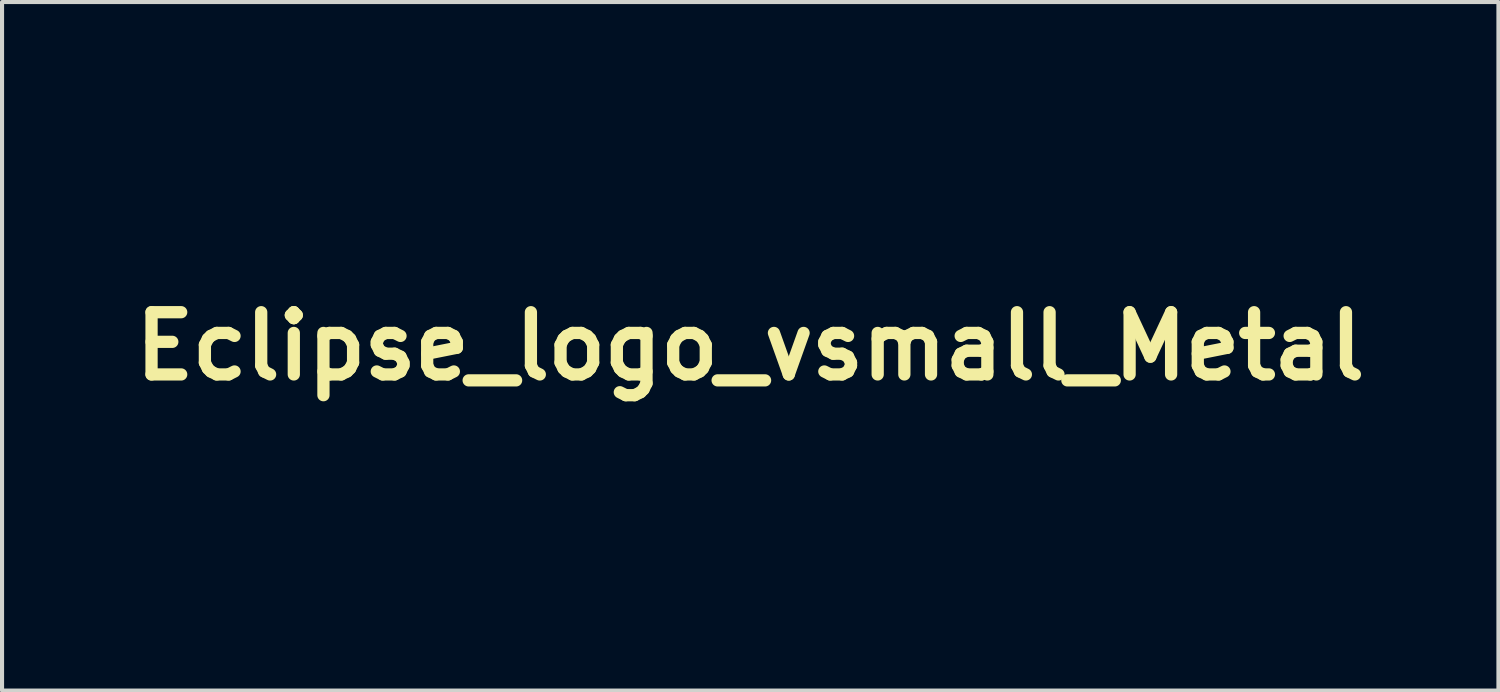
<source format=kicad_pcb>
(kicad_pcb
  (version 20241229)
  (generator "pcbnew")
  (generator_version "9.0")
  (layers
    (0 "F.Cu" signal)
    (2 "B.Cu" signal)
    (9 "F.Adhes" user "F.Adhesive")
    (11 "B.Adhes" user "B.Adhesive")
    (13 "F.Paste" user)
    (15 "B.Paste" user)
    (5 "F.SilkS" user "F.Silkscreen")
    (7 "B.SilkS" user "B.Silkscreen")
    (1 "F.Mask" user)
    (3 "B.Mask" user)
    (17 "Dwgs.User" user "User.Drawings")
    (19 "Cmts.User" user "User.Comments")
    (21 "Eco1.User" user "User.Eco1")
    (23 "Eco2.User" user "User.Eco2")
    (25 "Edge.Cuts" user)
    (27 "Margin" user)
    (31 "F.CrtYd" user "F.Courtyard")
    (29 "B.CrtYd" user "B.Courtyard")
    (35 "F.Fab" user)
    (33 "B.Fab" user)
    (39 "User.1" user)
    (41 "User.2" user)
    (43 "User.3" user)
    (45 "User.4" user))
  (footprint "Eclipse_logo_vsmall_Metal"
    (layer "F.Cu")
    (at 15.32 5.429)
    (property "Reference" "Eclipse_logo_vsmall_Metal" (at 0 0 0) (layer "F.SilkS") (effects (font (size 1.524 1.524) (thickness 0.3))))
    (attr through_hole)
    (fp_poly (pts (xy -7.275 1.148) (xy -7.427 1.148) (xy -7.427 0.549) (xy -7.275 0.549) (xy -7.275 1.148)) (stroke (width 0.01) (type solid)) (fill yes) (layer "F.Mask"))
    (fp_poly (pts (xy -5.629 1.006) (xy -5.192 1.006) (xy -5.192 1.148) (xy -5.781 1.148) (xy -5.781 0.549) (xy -5.629 0.549) (xy -5.629 1.006)) (stroke (width 0.01) (type solid)) (fill yes) (layer "F.Mask"))
    (fp_poly (pts (xy 2.731 0.551) (xy 3.256 0.554) (xy 3.256 0.726) (xy 2.845 0.732) (xy 2.845 1.422) (xy 2.621 1.422) (xy 2.621 0.732) (xy 2.205 0.732) (xy 2.205 0.548) (xy 2.731 0.551)) (stroke (width 0.01) (type solid)) (fill yes) (layer "F.Mask"))
    (fp_poly (pts (xy -8.016 0.762) (xy -7.63 0.762) (xy -7.63 0.549) (xy -7.478 0.549) (xy -7.478 1.148) (xy -7.63 1.148) (xy -7.63 0.904) (xy -8.016 0.904) (xy -8.016 1.148) (xy -8.169 1.148) (xy -8.169 0.549) (xy -8.016 0.549) (xy -8.016 0.762)) (stroke (width 0.01) (type solid)) (fill yes) (layer "F.Mask"))
    (fp_poly (pts (xy -4.562 0.691) (xy -5.009 0.691) (xy -5.009 0.762) (xy -4.582 0.762) (xy -4.582 0.904) (xy -5.009 0.904) (xy -5.009 1.006) (xy -4.562 1.006) (xy -4.562 1.148) (xy -5.171 1.148) (xy -5.171 0.549) (xy -4.562 0.549) (xy -4.562 0.691)) (stroke (width 0.01) (type solid)) (fill yes) (layer "F.Mask"))
    (fp_poly (pts (xy 0.274 0.691) (xy -0.173 0.691) (xy -0.173 0.762) (xy 0.254 0.762) (xy 0.254 0.904) (xy -0.173 0.904) (xy -0.173 1.006) (xy 0.274 1.006) (xy 0.274 1.148) (xy -0.335 1.148) (xy -0.335 0.549) (xy 0.274 0.549) (xy 0.274 0.691)) (stroke (width 0.01) (type solid)) (fill yes) (layer "F.Mask"))
    (fp_poly (pts (xy 2.184 0.732) (xy 1.504 0.732) (xy 1.504 0.864) (xy 2.144 0.864) (xy 2.144 1.057) (xy 1.504 1.057) (xy 1.504 1.229) (xy 2.184 1.229) (xy 2.184 1.422) (xy 1.29 1.422) (xy 1.29 0.549) (xy 2.184 0.549) (xy 2.184 0.732)) (stroke (width 0.01) (type solid)) (fill yes) (layer "F.Mask"))
    (fp_poly (pts (xy -2.469 1.006) (xy -2.033 1.006) (xy -2.03 1.031) (xy -2.027 1.035) (xy -2.02 1.031) (xy -2.007 1.017) (xy -1.987 0.991) (xy -1.96 0.953) (xy -1.925 0.9) (xy -1.88 0.833) (xy -1.86 0.802) (xy -1.692 0.549) (xy -1.588 0.549) (xy -1.234 1.08) (xy -1.232 0.814) (xy -1.229 0.549) (xy -1.067 0.549) (xy -1.067 1.149) (xy -1.221 1.146) (xy -1.375 1.143) (xy -1.498 0.953) (xy -1.535 0.897) (xy -1.568 0.846) (xy -1.595 0.804) (xy -1.617 0.773) (xy -1.629 0.755) (xy -1.632 0.752) (xy -1.641 0.756) (xy -1.658 0.776) (xy -1.686 0.813) (xy -1.723 0.867) (xy -1.77 0.938) (xy -1.774 0.945) (xy -1.905 1.148) (xy -2.268 1.148) (xy -2.631 1.148) (xy -2.631 0.549) (xy -2.469 0.549) (xy -2.469 1.006)) (stroke (width 0.01) (type solid)) (fill yes) (layer "F.Mask"))
    (fp_poly (pts (xy -0.265 -0.985) (xy -0.166 -0.985) (xy -0.076 -0.984) (xy 0.004 -0.984) (xy 0.073 -0.983) (xy 0.127 -0.982) (xy 0.167 -0.981) (xy 0.189 -0.979) (xy 0.193 -0.979) (xy 0.19 -0.968) (xy 0.18 -0.94) (xy 0.165 -0.898) (xy 0.145 -0.843) (xy 0.122 -0.778) (xy 0.095 -0.705) (xy 0.069 -0.634) (xy -0.055 -0.297) (xy -0.106 -0.291) (xy -0.126 -0.29) (xy -0.165 -0.288) (xy -0.219 -0.287) (xy -0.287 -0.287) (xy -0.367 -0.286) (xy -0.456 -0.285) (xy -0.552 -0.285) (xy -0.653 -0.285) (xy -0.668 -0.285) (xy -1.179 -0.284) (xy -1.179 -0.319) (xy -1.175 -0.335) (xy -1.165 -0.368) (xy -1.149 -0.415) (xy -1.129 -0.473) (xy -1.104 -0.54) (xy -1.077 -0.614) (xy -1.048 -0.691) (xy -1.018 -0.77) (xy -0.987 -0.849) (xy -0.958 -0.923) (xy -0.938 -0.973) (xy -0.932 -0.976) (xy -0.918 -0.978) (xy -0.894 -0.98) (xy -0.858 -0.982) (xy -0.809 -0.983) (xy -0.746 -0.984) (xy -0.667 -0.985) (xy -0.572 -0.985) (xy -0.458 -0.985) (xy -0.37 -0.986) (xy -0.265 -0.985)) (stroke (width 0.01) (type solid)) (fill yes) (layer "F.Mask"))
    (fp_poly (pts (xy -0.739 0.551) (xy -0.654 0.552) (xy -0.586 0.553) (xy -0.534 0.554) (xy -0.494 0.556) (xy -0.465 0.559) (xy -0.445 0.562) (xy -0.43 0.567) (xy -0.419 0.572) (xy -0.387 0.594) (xy -0.366 0.622) (xy -0.355 0.659) (xy -0.351 0.711) (xy -0.351 0.723) (xy -0.354 0.778) (xy -0.365 0.818) (xy -0.386 0.848) (xy -0.42 0.873) (xy -0.429 0.878) (xy -0.465 0.898) (xy -0.405 1.011) (xy -0.382 1.055) (xy -0.364 1.093) (xy -0.351 1.121) (xy -0.345 1.136) (xy -0.345 1.136) (xy -0.355 1.143) (xy -0.383 1.147) (xy -0.43 1.148) (xy -0.514 1.148) (xy -0.574 1.026) (xy -0.634 0.904) (xy -0.864 0.904) (xy -0.864 1.148) (xy -1.026 1.148) (xy -1.026 0.691) (xy -0.864 0.691) (xy -0.864 0.772) (xy -0.709 0.772) (xy -0.653 0.772) (xy -0.603 0.77) (xy -0.563 0.769) (xy -0.537 0.767) (xy -0.531 0.766) (xy -0.514 0.757) (xy -0.508 0.737) (xy -0.508 0.725) (xy -0.508 0.691) (xy -0.864 0.691) (xy -1.026 0.691) (xy -1.026 0.547) (xy -0.739 0.551)) (stroke (width 0.01) (type solid)) (fill yes) (layer "F.Mask"))
    (fp_poly (pts (xy 0.264 -1.482) (xy 0.32 -1.482) (xy 0.359 -1.481) (xy 0.382 -1.481) (xy 0.386 -1.48) (xy 0.383 -1.47) (xy 0.373 -1.444) (xy 0.359 -1.404) (xy 0.34 -1.353) (xy 0.319 -1.293) (xy 0.305 -1.255) (xy 0.282 -1.192) (xy 0.261 -1.135) (xy 0.244 -1.088) (xy 0.232 -1.053) (xy 0.225 -1.033) (xy 0.224 -1.029) (xy 0.214 -1.029) (xy 0.185 -1.028) (xy 0.14 -1.028) (xy 0.08 -1.027) (xy 0.007 -1.027) (xy -0.077 -1.027) (xy -0.17 -1.026) (xy -0.272 -1.026) (xy -0.346 -1.026) (xy -0.468 -1.026) (xy -0.571 -1.026) (xy -0.657 -1.027) (xy -0.728 -1.027) (xy -0.784 -1.028) (xy -0.828 -1.029) (xy -0.86 -1.03) (xy -0.883 -1.032) (xy -0.898 -1.034) (xy -0.906 -1.036) (xy -0.91 -1.039) (xy -0.91 -1.043) (xy -0.91 -1.044) (xy -0.905 -1.058) (xy -0.893 -1.089) (xy -0.877 -1.132) (xy -0.857 -1.185) (xy -0.834 -1.245) (xy -0.824 -1.27) (xy -0.745 -1.478) (xy -0.179 -1.481) (xy -0.074 -1.481) (xy 0.024 -1.482) (xy 0.115 -1.482) (xy 0.196 -1.482) (xy 0.264 -1.482)) (stroke (width 0.01) (type solid)) (fill yes) (layer "F.Mask"))
    (fp_poly (pts (xy -6.574 0.692) (xy -6.811 0.69) (xy -6.879 0.69) (xy -6.94 0.69) (xy -6.992 0.691) (xy -7.031 0.692) (xy -7.055 0.694) (xy -7.06 0.695) (xy -7.065 0.709) (xy -7.069 0.742) (xy -7.071 0.794) (xy -7.071 0.848) (xy -7.071 0.906) (xy -7.07 0.947) (xy -7.068 0.974) (xy -7.064 0.99) (xy -7.058 0.998) (xy -7.055 1) (xy -7.041 1.001) (xy -7.009 1.003) (xy -6.963 1.004) (xy -6.907 1.005) (xy -6.842 1.006) (xy -6.806 1.006) (xy -6.574 1.006) (xy -6.574 1.148) (xy -6.8 1.146) (xy -6.869 1.145) (xy -6.934 1.144) (xy -6.992 1.142) (xy -7.039 1.14) (xy -7.07 1.138) (xy -7.077 1.137) (xy -7.14 1.122) (xy -7.187 1.095) (xy -7.21 1.07) (xy -7.216 1.058) (xy -7.221 1.043) (xy -7.225 1.023) (xy -7.227 0.993) (xy -7.228 0.952) (xy -7.229 0.895) (xy -7.229 0.848) (xy -7.229 0.774) (xy -7.227 0.717) (xy -7.224 0.674) (xy -7.217 0.643) (xy -7.207 0.62) (xy -7.192 0.604) (xy -7.172 0.589) (xy -7.15 0.577) (xy -7.136 0.57) (xy -7.121 0.565) (xy -7.103 0.561) (xy -7.079 0.558) (xy -7.046 0.555) (xy -7.001 0.554) (xy -6.943 0.552) (xy -6.868 0.551) (xy -6.84 0.551) (xy -6.574 0.546) (xy -6.574 0.692)) (stroke (width 0.01) (type solid)) (fill yes) (layer "F.Mask"))
    (fp_poly (pts (xy -6.38 0.765) (xy -6.38 0.845) (xy -6.379 0.907) (xy -6.377 0.951) (xy -6.373 0.979) (xy -6.369 0.993) (xy -6.368 0.994) (xy -6.355 0.997) (xy -6.325 1.001) (xy -6.283 1.003) (xy -6.233 1.005) (xy -6.179 1.006) (xy -6.125 1.007) (xy -6.074 1.006) (xy -6.032 1.005) (xy -6.002 1.002) (xy -5.99 1) (xy -5.985 0.995) (xy -5.981 0.986) (xy -5.978 0.968) (xy -5.976 0.94) (xy -5.975 0.898) (xy -5.974 0.842) (xy -5.974 0.771) (xy -5.974 0.549) (xy -5.812 0.549) (xy -5.812 0.79) (xy -5.812 0.875) (xy -5.813 0.942) (xy -5.816 0.993) (xy -5.821 1.032) (xy -5.829 1.06) (xy -5.84 1.081) (xy -5.856 1.096) (xy -5.877 1.109) (xy -5.9 1.12) (xy -5.919 1.127) (xy -5.94 1.133) (xy -5.965 1.137) (xy -5.998 1.139) (xy -6.043 1.141) (xy -6.102 1.142) (xy -6.142 1.143) (xy -6.204 1.143) (xy -6.262 1.143) (xy -6.31 1.142) (xy -6.346 1.141) (xy -6.365 1.14) (xy -6.426 1.129) (xy -6.47 1.109) (xy -6.496 1.088) (xy -6.51 1.07) (xy -6.521 1.046) (xy -6.529 1.013) (xy -6.535 0.97) (xy -6.539 0.914) (xy -6.541 0.842) (xy -6.543 0.753) (xy -6.543 0.729) (xy -6.543 0.549) (xy -6.38 0.549) (xy -6.38 0.765)) (stroke (width 0.01) (type solid)) (fill yes) (layer "F.Mask"))
    (fp_poly (pts (xy -8.355 0.365) (xy -8.353 0.389) (xy -8.352 0.424) (xy -8.352 0.425) (xy -8.352 0.495) (xy -8.404 0.509) (xy -8.434 0.519) (xy -8.455 0.53) (xy -8.461 0.536) (xy -8.458 0.541) (xy -8.443 0.545) (xy -8.413 0.548) (xy -8.367 0.549) (xy -8.337 0.549) (xy -8.209 0.549) (xy -8.209 0.691) (xy -8.656 0.691) (xy -8.656 0.762) (xy -8.23 0.762) (xy -8.23 0.904) (xy -8.656 0.904) (xy -8.656 1.006) (xy -8.209 1.006) (xy -8.209 1.148) (xy -8.819 1.148) (xy -8.821 0.882) (xy -8.824 0.617) (xy -9.001 0.882) (xy -9.178 1.148) (xy -9.284 1.148) (xy -9.476 0.857) (xy -9.521 0.788) (xy -9.562 0.725) (xy -9.599 0.668) (xy -9.63 0.622) (xy -9.653 0.586) (xy -9.667 0.564) (xy -9.671 0.557) (xy -9.663 0.553) (xy -9.639 0.55) (xy -9.604 0.549) (xy -9.584 0.549) (xy -9.494 0.549) (xy -9.362 0.752) (xy -9.325 0.809) (xy -9.291 0.859) (xy -9.263 0.902) (xy -9.242 0.933) (xy -9.229 0.951) (xy -9.225 0.955) (xy -9.218 0.947) (xy -9.202 0.924) (xy -9.179 0.889) (xy -9.148 0.843) (xy -9.114 0.79) (xy -9.089 0.752) (xy -8.958 0.549) (xy -8.677 0.549) (xy -8.677 0.438) (xy -8.639 0.427) (xy -8.577 0.411) (xy -8.517 0.395) (xy -8.463 0.381) (xy -8.416 0.369) (xy -8.382 0.361) (xy -8.362 0.356) (xy -8.359 0.356) (xy -8.355 0.365)) (stroke (width 0.01) (type solid)) (fill yes) (layer "F.Mask"))
    (fp_poly (pts (xy 0.829 0.325) (xy 0.879 0.326) (xy 0.914 0.327) (xy 0.936 0.329) (xy 0.947 0.332) (xy 0.951 0.336) (xy 0.951 0.342) (xy 0.95 0.343) (xy 0.947 0.361) (xy 0.944 0.398) (xy 0.942 0.448) (xy 0.94 0.511) (xy 0.938 0.583) (xy 0.937 0.66) (xy 0.937 0.742) (xy 0.937 0.823) (xy 0.938 0.902) (xy 0.939 0.976) (xy 0.941 1.043) (xy 0.943 1.098) (xy 0.944 1.107) (xy 0.976 1.452) (xy 1.028 1.79) (xy 1.099 2.123) (xy 1.189 2.448) (xy 1.298 2.767) (xy 1.426 3.079) (xy 1.573 3.383) (xy 1.739 3.68) (xy 1.923 3.969) (xy 2.126 4.249) (xy 2.295 4.46) (xy 2.367 4.543) (xy 2.45 4.634) (xy 2.542 4.729) (xy 2.638 4.826) (xy 2.739 4.924) (xy 2.84 5.019) (xy 2.939 5.11) (xy 3.034 5.194) (xy 3.123 5.269) (xy 3.203 5.332) (xy 3.255 5.37) (xy 3.266 5.386) (xy 3.267 5.407) (xy 3.258 5.422) (xy 3.247 5.425) (xy 3.235 5.42) (xy 3.209 5.405) (xy 3.174 5.383) (xy 3.133 5.356) (xy 3.132 5.356) (xy 2.859 5.159) (xy 2.598 4.946) (xy 2.35 4.719) (xy 2.115 4.479) (xy 1.895 4.226) (xy 1.689 3.961) (xy 1.498 3.686) (xy 1.324 3.401) (xy 1.167 3.107) (xy 1.027 2.806) (xy 0.906 2.498) (xy 0.81 2.204) (xy 0.744 1.966) (xy 0.689 1.733) (xy 0.646 1.503) (xy 0.613 1.27) (xy 0.59 1.029) (xy 0.576 0.777) (xy 0.572 0.627) (xy 0.566 0.325) (xy 0.762 0.325) (xy 0.829 0.325)) (stroke (width 0.01) (type solid)) (fill yes) (layer "F.Mask"))
    (fp_poly (pts (xy -3.464 0.691) (xy -3.712 0.691) (xy -3.782 0.691) (xy -3.845 0.692) (xy -3.9 0.693) (xy -3.942 0.694) (xy -3.969 0.696) (xy -3.977 0.697) (xy -3.989 0.711) (xy -3.993 0.731) (xy -3.991 0.749) (xy -3.982 0.758) (xy -3.959 0.764) (xy -3.946 0.766) (xy -3.92 0.768) (xy -3.878 0.77) (xy -3.825 0.771) (xy -3.765 0.772) (xy -3.725 0.772) (xy -3.639 0.774) (xy -3.571 0.778) (xy -3.52 0.787) (xy -3.482 0.802) (xy -3.456 0.825) (xy -3.44 0.855) (xy -3.432 0.896) (xy -3.429 0.948) (xy -3.429 0.96) (xy -3.431 1.016) (xy -3.439 1.057) (xy -3.453 1.087) (xy -3.477 1.109) (xy -3.503 1.124) (xy -3.516 1.13) (xy -3.532 1.134) (xy -3.552 1.138) (xy -3.581 1.14) (xy -3.62 1.142) (xy -3.671 1.144) (xy -3.737 1.145) (xy -3.821 1.146) (xy -3.838 1.146) (xy -4.135 1.149) (xy -4.135 1.016) (xy -3.899 1.016) (xy -3.829 1.016) (xy -3.764 1.015) (xy -3.708 1.014) (xy -3.663 1.012) (xy -3.633 1.01) (xy -3.625 1.009) (xy -3.601 1.004) (xy -3.59 0.995) (xy -3.587 0.975) (xy -3.586 0.959) (xy -3.589 0.931) (xy -3.595 0.912) (xy -3.598 0.909) (xy -3.611 0.906) (xy -3.641 0.904) (xy -3.685 0.902) (xy -3.74 0.901) (xy -3.801 0.899) (xy -3.809 0.899) (xy -3.893 0.898) (xy -3.959 0.895) (xy -4.01 0.89) (xy -4.049 0.884) (xy -4.078 0.875) (xy -4.101 0.863) (xy -4.113 0.853) (xy -4.137 0.824) (xy -4.15 0.788) (xy -4.155 0.739) (xy -4.155 0.725) (xy -4.15 0.667) (xy -4.133 0.624) (xy -4.102 0.592) (xy -4.076 0.577) (xy -4.061 0.57) (xy -4.046 0.565) (xy -4.029 0.561) (xy -4.007 0.558) (xy -3.977 0.556) (xy -3.937 0.555) (xy -3.884 0.554) (xy -3.815 0.554) (xy -3.749 0.554) (xy -3.47 0.554) (xy -3.464 0.691)) (stroke (width 0.01) (type solid)) (fill yes) (layer "F.Mask"))
    (fp_poly (pts (xy -2.781 -1.493) (xy -2.697 -1.493) (xy -2.62 -1.493) (xy -2.552 -1.492) (xy -2.496 -1.491) (xy -2.453 -1.491) (xy -2.426 -1.49) (xy -2.418 -1.489) (xy -2.422 -1.479) (xy -2.432 -1.451) (xy -2.447 -1.41) (xy -2.468 -1.355) (xy -2.493 -1.29) (xy -2.521 -1.217) (xy -2.552 -1.137) (xy -2.555 -1.129) (xy -2.594 -1.027) (xy -2.626 -0.943) (xy -2.651 -0.873) (xy -2.67 -0.817) (xy -2.683 -0.773) (xy -2.691 -0.737) (xy -2.694 -0.71) (xy -2.692 -0.688) (xy -2.687 -0.671) (xy -2.678 -0.655) (xy -2.677 -0.653) (xy -2.651 -0.632) (xy -2.606 -0.615) (xy -2.543 -0.602) (xy -2.462 -0.594) (xy -2.438 -0.593) (xy -2.405 -0.592) (xy -2.354 -0.59) (xy -2.287 -0.589) (xy -2.208 -0.587) (xy -2.118 -0.586) (xy -2.021 -0.584) (xy -1.917 -0.582) (xy -1.811 -0.581) (xy -1.792 -0.581) (xy -1.263 -0.574) (xy -1.364 -0.295) (xy -2.351 -0.296) (xy -2.493 -0.296) (xy -2.63 -0.297) (xy -2.761 -0.297) (xy -2.884 -0.298) (xy -2.999 -0.299) (xy -3.103 -0.3) (xy -3.195 -0.301) (xy -3.273 -0.302) (xy -3.335 -0.303) (xy -3.381 -0.304) (xy -3.409 -0.305) (xy -3.414 -0.306) (xy -3.527 -0.323) (xy -3.624 -0.348) (xy -3.705 -0.382) (xy -3.768 -0.424) (xy -3.813 -0.473) (xy -3.839 -0.527) (xy -3.848 -0.577) (xy -3.85 -0.637) (xy -3.844 -0.697) (xy -3.84 -0.72) (xy -3.834 -0.74) (xy -3.822 -0.776) (xy -3.804 -0.826) (xy -3.781 -0.888) (xy -3.754 -0.959) (xy -3.725 -1.037) (xy -3.693 -1.119) (xy -3.692 -1.123) (xy -3.655 -1.218) (xy -3.625 -1.295) (xy -3.601 -1.356) (xy -3.581 -1.403) (xy -3.565 -1.438) (xy -3.553 -1.462) (xy -3.544 -1.478) (xy -3.536 -1.486) (xy -3.532 -1.487) (xy -3.518 -1.488) (xy -3.487 -1.489) (xy -3.44 -1.49) (xy -3.38 -1.491) (xy -3.309 -1.492) (xy -3.23 -1.492) (xy -3.144 -1.493) (xy -3.054 -1.493) (xy -2.962 -1.493) (xy -2.87 -1.493) (xy -2.781 -1.493)) (stroke (width 0.01) (type solid)) (fill yes) (layer "F.Mask"))
    (fp_poly (pts (xy -2.936 0.554) (xy -2.868 0.555) (xy -2.814 0.557) (xy -2.774 0.56) (xy -2.743 0.565) (xy -2.72 0.573) (xy -2.703 0.584) (xy -2.688 0.598) (xy -2.673 0.616) (xy -2.673 0.616) (xy -2.666 0.626) (xy -2.66 0.638) (xy -2.657 0.655) (xy -2.654 0.679) (xy -2.653 0.714) (xy -2.652 0.763) (xy -2.652 0.828) (xy -2.652 0.848) (xy -2.652 0.919) (xy -2.652 0.971) (xy -2.654 1.01) (xy -2.656 1.037) (xy -2.659 1.055) (xy -2.664 1.068) (xy -2.671 1.078) (xy -2.672 1.079) (xy -2.69 1.098) (xy -2.711 1.113) (xy -2.738 1.124) (xy -2.775 1.132) (xy -2.823 1.137) (xy -2.886 1.14) (xy -2.966 1.142) (xy -2.982 1.142) (xy -3.048 1.143) (xy -3.112 1.142) (xy -3.168 1.141) (xy -3.212 1.14) (xy -3.24 1.138) (xy -3.241 1.138) (xy -3.305 1.124) (xy -3.353 1.099) (xy -3.381 1.07) (xy -3.387 1.057) (xy -3.392 1.041) (xy -3.395 1.018) (xy -3.397 0.984) (xy -3.398 0.938) (xy -3.399 0.874) (xy -3.399 0.854) (xy -3.398 0.823) (xy -3.242 0.823) (xy -3.242 0.872) (xy -3.24 0.918) (xy -3.237 0.957) (xy -3.233 0.984) (xy -3.229 0.994) (xy -3.218 0.998) (xy -3.194 1.002) (xy -3.157 1.003) (xy -3.103 1.004) (xy -3.031 1.004) (xy -3.018 1.004) (xy -2.819 1.001) (xy -2.817 0.847) (xy -2.814 0.694) (xy -2.893 0.689) (xy -2.943 0.686) (xy -2.998 0.685) (xy -3.056 0.685) (xy -3.111 0.685) (xy -3.16 0.687) (xy -3.198 0.689) (xy -3.223 0.692) (xy -3.228 0.694) (xy -3.234 0.707) (xy -3.238 0.736) (xy -3.24 0.776) (xy -3.242 0.823) (xy -3.398 0.823) (xy -3.398 0.778) (xy -3.396 0.719) (xy -3.393 0.675) (xy -3.386 0.642) (xy -3.376 0.619) (xy -3.362 0.601) (xy -3.343 0.587) (xy -3.329 0.578) (xy -3.316 0.571) (xy -3.303 0.565) (xy -3.287 0.561) (xy -3.267 0.558) (xy -3.238 0.556) (xy -3.199 0.555) (xy -3.148 0.554) (xy -3.08 0.554) (xy -3.023 0.554) (xy -2.936 0.554)) (stroke (width 0.01) (type solid)) (fill yes) (layer "F.Mask"))
    (fp_poly (pts (xy 6.514 -5.423) (xy 6.634 -5.422) (xy 6.75 -5.419) (xy 6.859 -5.415) (xy 6.956 -5.41) (xy 7.039 -5.404) (xy 7.071 -5.401) (xy 7.424 -5.352) (xy 7.767 -5.285) (xy 8.1 -5.202) (xy 8.424 -5.1) (xy 8.739 -4.98) (xy 9.047 -4.843) (xy 9.348 -4.686) (xy 9.622 -4.524) (xy 9.686 -4.483) (xy 9.75 -4.44) (xy 9.813 -4.398) (xy 9.872 -4.357) (xy 9.925 -4.319) (xy 9.969 -4.286) (xy 10.002 -4.259) (xy 10.023 -4.24) (xy 10.028 -4.232) (xy 10.021 -4.215) (xy 10.014 -4.207) (xy 10.004 -4.205) (xy 9.988 -4.209) (xy 9.962 -4.222) (xy 9.924 -4.244) (xy 9.888 -4.266) (xy 9.634 -4.417) (xy 9.364 -4.557) (xy 9.083 -4.685) (xy 8.792 -4.798) (xy 8.495 -4.898) (xy 8.195 -4.982) (xy 7.894 -5.048) (xy 7.56 -5.103) (xy 7.221 -5.139) (xy 6.881 -5.156) (xy 6.541 -5.153) (xy 6.202 -5.132) (xy 5.868 -5.091) (xy 5.568 -5.038) (xy 5.229 -4.958) (xy 4.898 -4.86) (xy 4.577 -4.744) (xy 4.265 -4.609) (xy 3.961 -4.456) (xy 3.666 -4.285) (xy 3.378 -4.095) (xy 3.098 -3.886) (xy 2.972 -3.784) (xy 2.914 -3.733) (xy 2.845 -3.671) (xy 2.769 -3.599) (xy 2.689 -3.521) (xy 2.608 -3.441) (xy 2.529 -3.361) (xy 2.455 -3.284) (xy 2.39 -3.214) (xy 2.335 -3.153) (xy 2.324 -3.139) (xy 2.128 -2.895) (xy 1.947 -2.644) (xy 1.783 -2.392) (xy 1.638 -2.138) (xy 1.636 -2.136) (xy 1.581 -2.032) (xy 1.106 -2.032) (xy 1.113 -2.055) (xy 1.122 -2.077) (xy 1.139 -2.113) (xy 1.162 -2.16) (xy 1.19 -2.216) (xy 1.221 -2.277) (xy 1.253 -2.34) (xy 1.285 -2.4) (xy 1.316 -2.457) (xy 1.334 -2.489) (xy 1.509 -2.778) (xy 1.7 -3.055) (xy 1.907 -3.32) (xy 2.128 -3.572) (xy 2.365 -3.811) (xy 2.614 -4.036) (xy 2.877 -4.246) (xy 3.152 -4.441) (xy 3.438 -4.619) (xy 3.734 -4.781) (xy 3.912 -4.867) (xy 4.23 -5.004) (xy 4.552 -5.122) (xy 4.879 -5.22) (xy 5.212 -5.3) (xy 5.552 -5.361) (xy 5.9 -5.403) (xy 5.99 -5.411) (xy 6.073 -5.416) (xy 6.17 -5.42) (xy 6.278 -5.423) (xy 6.394 -5.424) (xy 6.514 -5.423)) (stroke (width 0.01) (type solid)) (fill yes) (layer "F.Mask"))
    (fp_poly (pts (xy 1.381 -1.426) (xy 1.565 -1.425) (xy 1.73 -1.424) (xy 1.876 -1.423) (xy 2.006 -1.422) (xy 2.121 -1.421) (xy 2.221 -1.42) (xy 2.308 -1.419) (xy 2.382 -1.418) (xy 2.446 -1.416) (xy 2.501 -1.414) (xy 2.547 -1.412) (xy 2.585 -1.41) (xy 2.618 -1.407) (xy 2.646 -1.404) (xy 2.67 -1.401) (xy 2.691 -1.397) (xy 2.709 -1.394) (xy 2.807 -1.366) (xy 2.888 -1.328) (xy 2.952 -1.281) (xy 2.998 -1.224) (xy 3.027 -1.159) (xy 3.035 -1.117) (xy 3.034 -1.049) (xy 3.013 -0.987) (xy 2.974 -0.932) (xy 2.972 -0.931) (xy 2.941 -0.902) (xy 2.905 -0.876) (xy 2.865 -0.854) (xy 2.817 -0.835) (xy 2.762 -0.819) (xy 2.697 -0.805) (xy 2.621 -0.795) (xy 2.533 -0.786) (xy 2.432 -0.78) (xy 2.315 -0.775) (xy 2.182 -0.772) (xy 2.032 -0.771) (xy 1.884 -0.771) (xy 1.405 -0.772) (xy 1.32 -0.544) (xy 1.234 -0.315) (xy 0.714 -0.315) (xy 0.194 -0.315) (xy 0.223 -0.394) (xy 0.233 -0.42) (xy 0.249 -0.463) (xy 0.271 -0.52) (xy 0.297 -0.589) (xy 0.326 -0.667) (xy 0.358 -0.751) (xy 0.392 -0.84) (xy 0.406 -0.879) (xy 0.44 -0.968) (xy 0.445 -0.981) (xy 1.494 -0.981) (xy 1.499 -0.975) (xy 1.502 -0.973) (xy 1.518 -0.97) (xy 1.552 -0.968) (xy 1.601 -0.968) (xy 1.66 -0.968) (xy 1.729 -0.968) (xy 1.802 -0.97) (xy 1.879 -0.972) (xy 1.954 -0.974) (xy 2.027 -0.977) (xy 2.093 -0.981) (xy 2.15 -0.984) (xy 2.195 -0.988) (xy 2.211 -0.99) (xy 2.299 -1.005) (xy 2.372 -1.022) (xy 2.431 -1.041) (xy 2.473 -1.062) (xy 2.497 -1.084) (xy 2.503 -1.107) (xy 2.5 -1.117) (xy 2.479 -1.139) (xy 2.44 -1.16) (xy 2.389 -1.179) (xy 2.327 -1.195) (xy 2.281 -1.204) (xy 2.237 -1.209) (xy 2.182 -1.213) (xy 2.114 -1.216) (xy 2.032 -1.218) (xy 1.933 -1.219) (xy 1.879 -1.219) (xy 1.578 -1.219) (xy 1.531 -1.1) (xy 1.512 -1.05) (xy 1.5 -1.016) (xy 1.494 -0.994) (xy 1.494 -0.981) (xy 0.445 -0.981) (xy 0.473 -1.054) (xy 0.503 -1.134) (xy 0.53 -1.206) (xy 0.553 -1.267) (xy 0.571 -1.316) (xy 0.584 -1.348) (xy 0.587 -1.358) (xy 0.614 -1.43) (xy 1.381 -1.426)) (stroke (width 0.01) (type solid)) (fill yes) (layer "F.Mask"))
    (fp_poly (pts (xy 4.298 0.732) (xy 3.929 0.733) (xy 3.844 0.733) (xy 3.763 0.734) (xy 3.691 0.735) (xy 3.629 0.736) (xy 3.579 0.738) (xy 3.546 0.739) (xy 3.531 0.74) (xy 3.511 0.747) (xy 3.502 0.759) (xy 3.498 0.783) (xy 3.497 0.791) (xy 3.497 0.821) (xy 3.502 0.843) (xy 3.505 0.847) (xy 3.519 0.851) (xy 3.553 0.855) (xy 3.607 0.858) (xy 3.681 0.861) (xy 3.775 0.863) (xy 3.838 0.865) (xy 3.938 0.867) (xy 4.023 0.869) (xy 4.093 0.873) (xy 4.147 0.876) (xy 4.183 0.88) (xy 4.197 0.882) (xy 4.258 0.911) (xy 4.305 0.953) (xy 4.326 0.985) (xy 4.336 1.009) (xy 4.343 1.033) (xy 4.347 1.063) (xy 4.348 1.105) (xy 4.348 1.143) (xy 4.346 1.213) (xy 4.339 1.266) (xy 4.325 1.307) (xy 4.303 1.338) (xy 4.273 1.364) (xy 4.27 1.366) (xy 4.248 1.379) (xy 4.225 1.39) (xy 4.197 1.399) (xy 4.164 1.406) (xy 4.124 1.412) (xy 4.074 1.416) (xy 4.012 1.419) (xy 3.936 1.421) (xy 3.845 1.422) (xy 3.736 1.422) (xy 3.696 1.422) (xy 3.302 1.422) (xy 3.302 1.229) (xy 3.697 1.229) (xy 3.786 1.229) (xy 3.868 1.229) (xy 3.942 1.228) (xy 4.005 1.227) (xy 4.055 1.226) (xy 4.09 1.225) (xy 4.108 1.223) (xy 4.109 1.223) (xy 4.118 1.215) (xy 4.123 1.197) (xy 4.125 1.165) (xy 4.125 1.142) (xy 4.124 1.103) (xy 4.122 1.08) (xy 4.117 1.068) (xy 4.107 1.063) (xy 4.102 1.062) (xy 4.086 1.06) (xy 4.053 1.059) (xy 4.005 1.057) (xy 3.945 1.056) (xy 3.876 1.054) (xy 3.8 1.053) (xy 3.78 1.053) (xy 3.681 1.051) (xy 3.601 1.049) (xy 3.536 1.046) (xy 3.484 1.042) (xy 3.443 1.036) (xy 3.411 1.028) (xy 3.385 1.017) (xy 3.362 1.003) (xy 3.341 0.986) (xy 3.333 0.98) (xy 3.302 0.943) (xy 3.282 0.899) (xy 3.273 0.844) (xy 3.274 0.775) (xy 3.281 0.713) (xy 3.295 0.666) (xy 3.319 0.63) (xy 3.346 0.605) (xy 3.365 0.592) (xy 3.385 0.581) (xy 3.408 0.572) (xy 3.436 0.565) (xy 3.471 0.559) (xy 3.516 0.555) (xy 3.571 0.552) (xy 3.639 0.55) (xy 3.723 0.549) (xy 3.824 0.549) (xy 3.898 0.549) (xy 4.298 0.549) (xy 4.298 0.732)) (stroke (width 0.01) (type solid)) (fill yes) (layer "F.Mask"))
    (fp_poly (pts (xy -5.105 -1.486) (xy -4.984 -1.486) (xy -4.845 -1.486) (xy -4.688 -1.485) (xy -4.669 -1.485) (xy -4.533 -1.485) (xy -4.404 -1.484) (xy -4.282 -1.484) (xy -4.169 -1.483) (xy -4.066 -1.482) (xy -3.974 -1.482) (xy -3.896 -1.481) (xy -3.832 -1.481) (xy -3.784 -1.48) (xy -3.753 -1.479) (xy -3.741 -1.479) (xy -3.741 -1.479) (xy -3.741 -1.467) (xy -3.745 -1.441) (xy -3.753 -1.405) (xy -3.762 -1.364) (xy -3.773 -1.324) (xy -3.784 -1.29) (xy -3.791 -1.268) (xy -3.802 -1.244) (xy -3.811 -1.226) (xy -3.822 -1.211) (xy -3.837 -1.201) (xy -3.858 -1.194) (xy -3.888 -1.191) (xy -3.929 -1.189) (xy -3.984 -1.189) (xy -4.055 -1.191) (xy -4.122 -1.193) (xy -4.281 -1.196) (xy -4.421 -1.199) (xy -4.544 -1.2) (xy -4.651 -1.201) (xy -4.744 -1.201) (xy -4.825 -1.199) (xy -4.895 -1.196) (xy -4.955 -1.192) (xy -5.008 -1.187) (xy -5.054 -1.181) (xy -5.065 -1.179) (xy -5.155 -1.161) (xy -5.229 -1.14) (xy -5.289 -1.114) (xy -5.338 -1.079) (xy -5.381 -1.034) (xy -5.42 -0.978) (xy -5.453 -0.917) (xy -5.491 -0.838) (xy -5.517 -0.773) (xy -5.53 -0.722) (xy -5.529 -0.682) (xy -5.515 -0.652) (xy -5.486 -0.63) (xy -5.441 -0.614) (xy -5.382 -0.603) (xy -5.357 -0.6) (xy -5.33 -0.598) (xy -5.286 -0.596) (xy -5.225 -0.594) (xy -5.15 -0.592) (xy -5.064 -0.591) (xy -4.968 -0.589) (xy -4.864 -0.587) (xy -4.755 -0.586) (xy -4.669 -0.585) (xy -4.561 -0.584) (xy -4.459 -0.583) (xy -4.365 -0.581) (xy -4.28 -0.58) (xy -4.208 -0.579) (xy -4.148 -0.578) (xy -4.104 -0.577) (xy -4.076 -0.576) (xy -4.067 -0.576) (xy -4.07 -0.566) (xy -4.078 -0.54) (xy -4.09 -0.502) (xy -4.107 -0.456) (xy -4.114 -0.436) (xy -4.164 -0.3) (xy -4.726 -0.294) (xy -4.918 -0.292) (xy -5.102 -0.29) (xy -5.275 -0.289) (xy -5.437 -0.288) (xy -5.588 -0.288) (xy -5.725 -0.288) (xy -5.848 -0.288) (xy -5.955 -0.289) (xy -6.046 -0.29) (xy -6.12 -0.292) (xy -6.175 -0.294) (xy -6.203 -0.295) (xy -6.32 -0.31) (xy -6.419 -0.335) (xy -6.501 -0.37) (xy -6.565 -0.415) (xy -6.612 -0.471) (xy -6.641 -0.536) (xy -6.641 -0.537) (xy -6.652 -0.603) (xy -6.647 -0.677) (xy -6.626 -0.761) (xy -6.617 -0.786) (xy -6.568 -0.906) (xy -6.511 -1.01) (xy -6.445 -1.103) (xy -6.369 -1.185) (xy -6.277 -1.263) (xy -6.178 -1.329) (xy -6.07 -1.382) (xy -5.949 -1.423) (xy -5.813 -1.455) (xy -5.725 -1.47) (xy -5.701 -1.473) (xy -5.677 -1.476) (xy -5.651 -1.478) (xy -5.622 -1.48) (xy -5.588 -1.482) (xy -5.548 -1.483) (xy -5.501 -1.485) (xy -5.445 -1.485) (xy -5.379 -1.486) (xy -5.301 -1.486) (xy -5.21 -1.486) (xy -5.105 -1.486)) (stroke (width 0.01) (type solid)) (fill yes) (layer "F.Mask"))
    (fp_poly (pts (xy 8.815 -1.49) (xy 8.813 -1.48) (xy 8.805 -1.454) (xy 8.792 -1.416) (xy 8.776 -1.369) (xy 8.765 -1.338) (xy 8.712 -1.188) (xy 8.255 -1.195) (xy 8.079 -1.196) (xy 7.922 -1.196) (xy 7.783 -1.194) (xy 7.661 -1.189) (xy 7.555 -1.183) (xy 7.464 -1.173) (xy 7.386 -1.161) (xy 7.321 -1.146) (xy 7.267 -1.128) (xy 7.224 -1.107) (xy 7.19 -1.082) (xy 7.163 -1.054) (xy 7.159 -1.049) (xy 7.143 -1.024) (xy 7.134 -1.007) (xy 7.132 -1.003) (xy 7.142 -1.002) (xy 7.171 -1) (xy 7.217 -0.999) (xy 7.278 -0.999) (xy 7.353 -0.998) (xy 7.44 -0.997) (xy 7.539 -0.996) (xy 7.646 -0.996) (xy 7.761 -0.996) (xy 7.864 -0.996) (xy 8.595 -0.996) (xy 8.595 -0.951) (xy 8.591 -0.916) (xy 8.579 -0.87) (xy 8.563 -0.824) (xy 8.531 -0.742) (xy 7.026 -0.737) (xy 7.02 -0.704) (xy 7.017 -0.677) (xy 7.023 -0.659) (xy 7.044 -0.644) (xy 7.058 -0.636) (xy 7.092 -0.621) (xy 7.132 -0.609) (xy 7.179 -0.598) (xy 7.236 -0.589) (xy 7.303 -0.582) (xy 7.381 -0.577) (xy 7.474 -0.573) (xy 7.581 -0.571) (xy 7.704 -0.571) (xy 7.845 -0.571) (xy 7.963 -0.572) (xy 8.453 -0.579) (xy 8.453 -0.551) (xy 8.447 -0.506) (xy 8.432 -0.449) (xy 8.408 -0.388) (xy 8.392 -0.353) (xy 8.358 -0.284) (xy 7.991 -0.287) (xy 7.913 -0.287) (xy 7.818 -0.288) (xy 7.709 -0.289) (xy 7.589 -0.289) (xy 7.461 -0.29) (xy 7.329 -0.291) (xy 7.195 -0.293) (xy 7.063 -0.294) (xy 6.955 -0.295) (xy 6.812 -0.296) (xy 6.688 -0.297) (xy 6.582 -0.299) (xy 6.49 -0.3) (xy 6.413 -0.302) (xy 6.348 -0.305) (xy 6.293 -0.308) (xy 6.248 -0.312) (xy 6.21 -0.317) (xy 6.177 -0.323) (xy 6.149 -0.33) (xy 6.123 -0.338) (xy 6.099 -0.348) (xy 6.073 -0.359) (xy 6.06 -0.365) (xy 5.995 -0.402) (xy 5.947 -0.445) (xy 5.916 -0.498) (xy 5.899 -0.563) (xy 5.895 -0.6) (xy 5.895 -0.666) (xy 5.905 -0.732) (xy 5.926 -0.804) (xy 5.958 -0.885) (xy 6.022 -1.007) (xy 6.101 -1.115) (xy 6.195 -1.211) (xy 6.303 -1.294) (xy 6.424 -1.362) (xy 6.558 -1.415) (xy 6.703 -1.453) (xy 6.731 -1.458) (xy 6.772 -1.464) (xy 6.822 -1.47) (xy 6.883 -1.474) (xy 6.955 -1.478) (xy 7.04 -1.481) (xy 7.138 -1.483) (xy 7.251 -1.484) (xy 7.379 -1.485) (xy 7.524 -1.485) (xy 7.687 -1.485) (xy 7.869 -1.483) (xy 7.991 -1.482) (xy 8.114 -1.481) (xy 8.231 -1.481) (xy 8.342 -1.48) (xy 8.443 -1.48) (xy 8.533 -1.48) (xy 8.611 -1.481) (xy 8.675 -1.482) (xy 8.723 -1.483) (xy 8.753 -1.484) (xy 8.762 -1.485) (xy 8.791 -1.489) (xy 8.811 -1.491) (xy 8.815 -1.49)) (stroke (width 0.01) (type solid)) (fill yes) (layer "F.Mask"))
    (fp_poly (pts (xy -6.455 -1.48) (xy -6.464 -1.455) (xy -6.477 -1.417) (xy -6.494 -1.37) (xy -6.506 -1.337) (xy -6.56 -1.185) (xy -6.676 -1.187) (xy -6.718 -1.188) (xy -6.776 -1.189) (xy -6.846 -1.19) (xy -6.924 -1.192) (xy -7.006 -1.193) (xy -7.082 -1.195) (xy -7.266 -1.197) (xy -7.434 -1.195) (xy -7.585 -1.189) (xy -7.717 -1.179) (xy -7.83 -1.165) (xy -7.925 -1.148) (xy -7.969 -1.137) (xy -8.032 -1.11) (xy -8.086 -1.073) (xy -8.126 -1.029) (xy -8.134 -1.014) (xy -8.149 -0.986) (xy -6.675 -0.986) (xy -6.675 -0.946) (xy -6.679 -0.917) (xy -6.689 -0.878) (xy -6.702 -0.835) (xy -6.706 -0.825) (xy -6.737 -0.745) (xy -7.489 -0.739) (xy -7.611 -0.738) (xy -7.726 -0.737) (xy -7.834 -0.736) (xy -7.933 -0.735) (xy -8.021 -0.734) (xy -8.097 -0.733) (xy -8.159 -0.732) (xy -8.205 -0.732) (xy -8.234 -0.731) (xy -8.244 -0.73) (xy -8.248 -0.719) (xy -8.254 -0.696) (xy -8.255 -0.693) (xy -8.258 -0.674) (xy -8.254 -0.662) (xy -8.239 -0.651) (xy -8.21 -0.637) (xy -8.208 -0.635) (xy -8.172 -0.622) (xy -8.125 -0.608) (xy -8.075 -0.596) (xy -8.057 -0.592) (xy -8.034 -0.588) (xy -8.01 -0.585) (xy -7.983 -0.582) (xy -7.952 -0.58) (xy -7.913 -0.578) (xy -7.866 -0.577) (xy -7.809 -0.576) (xy -7.739 -0.575) (xy -7.655 -0.575) (xy -7.555 -0.575) (xy -7.438 -0.575) (xy -7.388 -0.575) (xy -6.815 -0.576) (xy -6.822 -0.526) (xy -6.836 -0.463) (xy -6.86 -0.394) (xy -6.891 -0.33) (xy -6.915 -0.29) (xy -7.28 -0.289) (xy -7.358 -0.289) (xy -7.453 -0.289) (xy -7.562 -0.29) (xy -7.682 -0.29) (xy -7.809 -0.291) (xy -7.942 -0.292) (xy -8.075 -0.293) (xy -8.207 -0.294) (xy -8.316 -0.295) (xy -8.454 -0.296) (xy -8.574 -0.297) (xy -8.677 -0.299) (xy -8.765 -0.3) (xy -8.839 -0.302) (xy -8.901 -0.304) (xy -8.953 -0.307) (xy -8.996 -0.31) (xy -9.032 -0.313) (xy -9.063 -0.318) (xy -9.091 -0.324) (xy -9.117 -0.33) (xy -9.142 -0.337) (xy -9.169 -0.346) (xy -9.169 -0.346) (xy -9.245 -0.38) (xy -9.304 -0.425) (xy -9.346 -0.48) (xy -9.371 -0.547) (xy -9.379 -0.624) (xy -9.37 -0.71) (xy -9.347 -0.793) (xy -9.294 -0.926) (xy -9.226 -1.044) (xy -9.143 -1.148) (xy -9.046 -1.239) (xy -8.934 -1.316) (xy -8.87 -1.351) (xy -8.827 -1.372) (xy -8.784 -1.391) (xy -8.742 -1.408) (xy -8.698 -1.423) (xy -8.651 -1.436) (xy -8.6 -1.447) (xy -8.543 -1.456) (xy -8.48 -1.464) (xy -8.409 -1.471) (xy -8.328 -1.476) (xy -8.237 -1.48) (xy -8.134 -1.483) (xy -8.019 -1.485) (xy -7.888 -1.486) (xy -7.742 -1.486) (xy -7.579 -1.485) (xy -7.398 -1.484) (xy -7.272 -1.483) (xy -7.15 -1.482) (xy -7.034 -1.481) (xy -6.925 -1.481) (xy -6.824 -1.48) (xy -6.734 -1.48) (xy -6.655 -1.481) (xy -6.59 -1.481) (xy -6.541 -1.482) (xy -6.509 -1.483) (xy -6.497 -1.483) (xy -6.47 -1.487) (xy -6.454 -1.489) (xy -6.452 -1.489) (xy -6.455 -1.48)) (stroke (width 0.01) (type solid)) (fill yes) (layer "F.Mask"))
    (fp_poly (pts (xy 4.874 -1.488) (xy 4.989 -1.488) (xy 5.105 -1.487) (xy 5.222 -1.487) (xy 5.337 -1.486) (xy 5.448 -1.485) (xy 5.555 -1.484) (xy 5.655 -1.482) (xy 5.746 -1.481) (xy 5.827 -1.479) (xy 5.896 -1.478) (xy 5.95 -1.476) (xy 5.989 -1.474) (xy 6.011 -1.473) (xy 6.015 -1.471) (xy 6.011 -1.459) (xy 6.002 -1.432) (xy 5.987 -1.393) (xy 5.97 -1.346) (xy 5.962 -1.326) (xy 5.909 -1.189) (xy 5.852 -1.189) (xy 5.828 -1.189) (xy 5.787 -1.19) (xy 5.731 -1.191) (xy 5.663 -1.193) (xy 5.587 -1.196) (xy 5.505 -1.198) (xy 5.455 -1.2) (xy 5.267 -1.204) (xy 5.099 -1.204) (xy 4.948 -1.201) (xy 4.816 -1.193) (xy 4.7 -1.181) (xy 4.601 -1.165) (xy 4.517 -1.144) (xy 4.449 -1.119) (xy 4.412 -1.101) (xy 4.38 -1.076) (xy 4.354 -1.046) (xy 4.34 -1.017) (xy 4.338 -1.007) (xy 4.348 -1.004) (xy 4.379 -1.002) (xy 4.429 -1) (xy 4.498 -0.998) (xy 4.588 -0.996) (xy 4.696 -0.995) (xy 4.823 -0.994) (xy 4.895 -0.993) (xy 5.015 -0.993) (xy 5.117 -0.992) (xy 5.203 -0.991) (xy 5.273 -0.991) (xy 5.33 -0.989) (xy 5.376 -0.988) (xy 5.412 -0.986) (xy 5.44 -0.984) (xy 5.462 -0.982) (xy 5.48 -0.979) (xy 5.495 -0.975) (xy 5.51 -0.97) (xy 5.517 -0.968) (xy 5.597 -0.934) (xy 5.66 -0.893) (xy 5.704 -0.846) (xy 5.73 -0.793) (xy 5.737 -0.736) (xy 5.73 -0.691) (xy 5.719 -0.662) (xy 5.699 -0.631) (xy 5.666 -0.595) (xy 5.651 -0.58) (xy 5.564 -0.508) (xy 5.461 -0.447) (xy 5.342 -0.395) (xy 5.207 -0.354) (xy 5.058 -0.323) (xy 4.917 -0.305) (xy 4.891 -0.304) (xy 4.848 -0.302) (xy 4.788 -0.301) (xy 4.716 -0.3) (xy 4.631 -0.299) (xy 4.535 -0.298) (xy 4.431 -0.297) (xy 4.32 -0.296) (xy 4.203 -0.296) (xy 4.082 -0.295) (xy 3.96 -0.295) (xy 3.837 -0.295) (xy 3.715 -0.295) (xy 3.596 -0.295) (xy 3.482 -0.295) (xy 3.374 -0.295) (xy 3.275 -0.296) (xy 3.184 -0.296) (xy 3.106 -0.297) (xy 3.04 -0.298) (xy 2.989 -0.299) (xy 2.954 -0.3) (xy 2.937 -0.302) (xy 2.936 -0.302) (xy 2.939 -0.314) (xy 2.948 -0.341) (xy 2.961 -0.381) (xy 2.977 -0.429) (xy 2.984 -0.45) (xy 3.033 -0.589) (xy 3.856 -0.589) (xy 4.005 -0.589) (xy 4.145 -0.59) (xy 4.274 -0.59) (xy 4.391 -0.591) (xy 4.495 -0.592) (xy 4.584 -0.594) (xy 4.657 -0.595) (xy 4.713 -0.597) (xy 4.751 -0.598) (xy 4.765 -0.6) (xy 4.831 -0.611) (xy 4.886 -0.629) (xy 4.916 -0.643) (xy 4.958 -0.668) (xy 4.988 -0.693) (xy 5.005 -0.716) (xy 5.006 -0.734) (xy 4.999 -0.742) (xy 4.986 -0.744) (xy 4.954 -0.745) (xy 4.903 -0.747) (xy 4.835 -0.748) (xy 4.75 -0.749) (xy 4.65 -0.75) (xy 4.536 -0.751) (xy 4.408 -0.751) (xy 4.267 -0.752) (xy 4.185 -0.752) (xy 4.033 -0.752) (xy 3.899 -0.752) (xy 3.783 -0.752) (xy 3.683 -0.753) (xy 3.598 -0.753) (xy 3.526 -0.755) (xy 3.467 -0.757) (xy 3.418 -0.759) (xy 3.378 -0.762) (xy 3.347 -0.766) (xy 3.322 -0.771) (xy 3.302 -0.777) (xy 3.287 -0.784) (xy 3.273 -0.792) (xy 3.261 -0.801) (xy 3.249 -0.812) (xy 3.246 -0.814) (xy 3.213 -0.857) (xy 3.195 -0.911) (xy 3.193 -0.974) (xy 3.194 -0.977) (xy 3.209 -1.04) (xy 3.24 -1.099) (xy 3.289 -1.157) (xy 3.357 -1.216) (xy 3.373 -1.229) (xy 3.458 -1.287) (xy 3.547 -1.336) (xy 3.642 -1.377) (xy 3.746 -1.411) (xy 3.86 -1.438) (xy 3.988 -1.459) (xy 4.131 -1.475) (xy 4.242 -1.483) (xy 4.277 -1.485) (xy 4.328 -1.486) (xy 4.393 -1.487) (xy 4.471 -1.488) (xy 4.56 -1.488) (xy 4.658 -1.489) (xy 4.763 -1.489) (xy 4.874 -1.488)) (stroke (width 0.01) (type solid)) (fill yes) (layer "F.Mask"))
    (fp_poly (pts (xy -5.893 -1.949) (xy -5.554 -1.949) (xy -5.196 -1.949) (xy -4.896 -1.949) (xy -1.324 -1.946) (xy -1.498 -1.509) (xy -1.672 -1.072) (xy -1.566 -1.069) (xy -1.522 -1.068) (xy -1.486 -1.068) (xy -1.463 -1.069) (xy -1.457 -1.07) (xy -1.452 -1.08) (xy -1.441 -1.107) (xy -1.425 -1.149) (xy -1.403 -1.205) (xy -1.378 -1.272) (xy -1.348 -1.348) (xy -1.316 -1.432) (xy -1.287 -1.51) (xy -1.121 -1.946) (xy 4.308 -1.943) (xy 4.64 -1.943) (xy 4.966 -1.942) (xy 5.286 -1.942) (xy 5.6 -1.942) (xy 5.908 -1.942) (xy 6.207 -1.941) (xy 6.499 -1.941) (xy 6.782 -1.941) (xy 7.056 -1.941) (xy 7.321 -1.94) (xy 7.574 -1.94) (xy 7.817 -1.94) (xy 8.048 -1.94) (xy 8.268 -1.939) (xy 8.474 -1.939) (xy 8.667 -1.939) (xy 8.846 -1.938) (xy 9.011 -1.938) (xy 9.16 -1.938) (xy 9.294 -1.938) (xy 9.411 -1.937) (xy 9.512 -1.937) (xy 9.595 -1.937) (xy 9.66 -1.937) (xy 9.707 -1.936) (xy 9.734 -1.936) (xy 9.741 -1.936) (xy 9.739 -1.926) (xy 9.729 -1.899) (xy 9.714 -1.856) (xy 9.693 -1.799) (xy 9.667 -1.731) (xy 9.637 -1.652) (xy 9.604 -1.564) (xy 9.568 -1.469) (xy 9.541 -1.4) (xy 9.495 -1.28) (xy 9.444 -1.146) (xy 9.389 -1.002) (xy 9.331 -0.853) (xy 9.274 -0.703) (xy 9.219 -0.558) (xy 9.166 -0.423) (xy 9.125 -0.315) (xy 8.913 0.239) (xy 5.721 0.241) (xy 2.53 0.244) (xy 2.53 -0.203) (xy 2.065 -0.203) (xy 1.98 0.02) (xy 1.895 0.244) (xy -3.678 0.242) (xy -4.031 0.242) (xy -4.377 0.242) (xy -4.716 0.242) (xy -5.048 0.242) (xy -5.371 0.242) (xy -5.685 0.241) (xy -5.991 0.241) (xy -6.286 0.241) (xy -6.571 0.241) (xy -6.845 0.24) (xy -7.108 0.24) (xy -7.359 0.24) (xy -7.597 0.239) (xy -7.822 0.239) (xy -8.034 0.238) (xy -8.232 0.238) (xy -8.415 0.237) (xy -8.583 0.237) (xy -8.735 0.236) (xy -8.871 0.236) (xy -8.99 0.235) (xy -9.091 0.235) (xy -9.175 0.234) (xy -9.241 0.234) (xy -9.288 0.233) (xy -9.315 0.233) (xy -9.322 0.232) (xy -9.447 0.209) (xy -9.567 0.171) (xy -9.677 0.121) (xy -9.775 0.061) (xy -9.806 0.037) (xy -9.875 -0.028) (xy -9.93 -0.1) (xy -9.978 -0.186) (xy -9.98 -0.189) (xy -9.993 -0.218) (xy -10.002 -0.242) (xy -10.008 -0.266) (xy -10.011 -0.295) (xy -10.012 -0.333) (xy -10.013 -0.386) (xy -10.013 -0.396) (xy -10.012 -0.452) (xy -10.011 -0.494) (xy -10.008 -0.527) (xy -10.001 -0.559) (xy -9.99 -0.594) (xy -9.98 -0.625) (xy -9.543 -0.625) (xy -9.538 -0.522) (xy -9.52 -0.433) (xy -9.488 -0.359) (xy -9.442 -0.296) (xy -9.379 -0.245) (xy -9.301 -0.203) (xy -9.204 -0.17) (xy -9.16 -0.159) (xy -9.146 -0.156) (xy -9.132 -0.153) (xy -9.116 -0.151) (xy -9.098 -0.149) (xy -9.077 -0.147) (xy -9.051 -0.145) (xy -9.019 -0.143) (xy -8.981 -0.142) (xy -8.934 -0.141) (xy -8.878 -0.14) (xy -8.811 -0.139) (xy -8.733 -0.138) (xy -8.642 -0.138) (xy -8.537 -0.137) (xy -8.417 -0.136) (xy -8.281 -0.136) (xy -8.128 -0.136) (xy -7.956 -0.135) (xy -7.853 -0.135) (xy -6.639 -0.131) (xy -6.595 -0.235) (xy -6.552 -0.213) (xy -6.473 -0.181) (xy -6.375 -0.156) (xy -6.259 -0.139) (xy -6.125 -0.129) (xy -5.973 -0.127) (xy -5.908 -0.128) (xy -5.877 -0.129) (xy -5.827 -0.129) (xy -5.76 -0.13) (xy -5.678 -0.13) (xy -5.583 -0.131) (xy -5.476 -0.131) (xy -5.359 -0.131) (xy -5.233 -0.132) (xy -5.101 -0.132) (xy -4.964 -0.132) (xy -4.823 -0.132) (xy -4.823 -0.132) (xy -3.88 -0.132) (xy -3.859 -0.182) (xy -3.839 -0.232) (xy -3.801 -0.222) (xy -3.777 -0.215) (xy -3.739 -0.203) (xy -3.692 -0.189) (xy -3.641 -0.172) (xy -3.64 -0.172) (xy -3.516 -0.132) (xy 1.476 -0.137) (xy 1.558 -0.353) (xy 1.641 -0.569) (xy 2.774 -0.569) (xy 2.774 -0.132) (xy 3.977 -0.132) (xy 4.159 -0.132) (xy 4.322 -0.132) (xy 4.467 -0.132) (xy 4.595 -0.132) (xy 4.707 -0.133) (xy 4.805 -0.133) (xy 4.89 -0.133) (xy 4.963 -0.134) (xy 5.024 -0.135) (xy 5.076 -0.136) (xy 5.12 -0.137) (xy 5.156 -0.138) (xy 5.186 -0.14) (xy 5.211 -0.142) (xy 5.232 -0.144) (xy 5.25 -0.146) (xy 5.267 -0.149) (xy 5.283 -0.152) (xy 5.287 -0.153) (xy 5.364 -0.169) (xy 5.431 -0.187) (xy 5.495 -0.21) (xy 5.564 -0.239) (xy 5.609 -0.26) (xy 5.707 -0.307) (xy 5.759 -0.275) (xy 5.825 -0.237) (xy 5.898 -0.203) (xy 5.972 -0.173) (xy 6.042 -0.15) (xy 6.101 -0.136) (xy 6.111 -0.134) (xy 6.137 -0.132) (xy 6.182 -0.131) (xy 6.248 -0.129) (xy 6.333 -0.128) (xy 6.438 -0.128) (xy 6.563 -0.127) (xy 6.709 -0.127) (xy 6.874 -0.128) (xy 7.06 -0.128) (xy 7.265 -0.129) (xy 7.343 -0.129) (xy 8.493 -0.135) (xy 8.5 -0.156) (xy 8.505 -0.17) (xy 8.517 -0.202) (xy 8.536 -0.251) (xy 8.561 -0.317) (xy 8.592 -0.398) (xy 8.63 -0.494) (xy 8.672 -0.604) (xy 8.72 -0.727) (xy 8.773 -0.863) (xy 8.83 -1.01) (xy 8.891 -1.167) (xy 8.956 -1.334) (xy 8.986 -1.412) (xy 9.079 -1.651) (xy 8.85 -1.653) (xy 8.8 -1.653) (xy 8.733 -1.654) (xy 8.649 -1.655) (xy 8.553 -1.656) (xy 8.446 -1.658) (xy 8.33 -1.66) (xy 8.208 -1.662) (xy 8.082 -1.664) (xy 7.955 -1.666) (xy 7.894 -1.667) (xy 7.731 -1.669) (xy 7.587 -1.671) (xy 7.459 -1.672) (xy 7.348 -1.673) (xy 7.25 -1.673) (xy 7.165 -1.673) (xy 7.091 -1.672) (xy 7.027 -1.67) (xy 6.97 -1.668) (xy 6.954 -1.667) (xy 6.8 -1.658) (xy 6.665 -1.646) (xy 6.545 -1.631) (xy 6.44 -1.613) (xy 6.345 -1.592) (xy 6.261 -1.568) (xy 6.239 -1.561) (xy 6.202 -1.548) (xy 6.173 -1.539) (xy 6.157 -1.534) (xy 6.155 -1.534) (xy 6.151 -1.543) (xy 6.148 -1.567) (xy 6.147 -1.594) (xy 6.147 -1.654) (xy 5.951 -1.661) (xy 5.913 -1.662) (xy 5.856 -1.663) (xy 5.782 -1.663) (xy 5.693 -1.664) (xy 5.59 -1.664) (xy 5.477 -1.665) (xy 5.353 -1.665) (xy 5.221 -1.665) (xy 5.084 -1.665) (xy 4.941 -1.665) (xy 4.796 -1.664) (xy 4.76 -1.664) (xy 3.764 -1.66) (xy 3.665 -1.633) (xy 3.545 -1.595) (xy 3.427 -1.551) (xy 3.32 -1.502) (xy 3.315 -1.5) (xy 3.279 -1.483) (xy 3.25 -1.47) (xy 3.232 -1.463) (xy 3.23 -1.463) (xy 3.217 -1.47) (xy 3.194 -1.487) (xy 3.166 -1.511) (xy 3.163 -1.514) (xy 3.111 -1.557) (xy 3.051 -1.591) (xy 2.982 -1.617) (xy 2.9 -1.637) (xy 2.803 -1.651) (xy 2.769 -1.654) (xy 2.747 -1.655) (xy 2.706 -1.656) (xy 2.646 -1.657) (xy 2.57 -1.657) (xy 2.476 -1.658) (xy 2.368 -1.658) (xy 2.245 -1.659) (xy 2.108 -1.659) (xy 1.959 -1.659) (xy 1.799 -1.659) (xy 1.628 -1.659) (xy 1.448 -1.658) (xy 1.259 -1.658) (xy 1.063 -1.658) (xy 0.896 -1.657) (xy -0.876 -1.651) (xy -1.007 -1.306) (xy -1.039 -1.222) (xy -1.07 -1.14) (xy -1.1 -1.062) (xy -1.126 -0.993) (xy -1.149 -0.934) (xy -1.166 -0.889) (xy -1.175 -0.866) (xy -1.212 -0.771) (xy -2.109 -0.777) (xy -2.159 -0.803) (xy -2.206 -0.837) (xy -2.238 -0.883) (xy -2.254 -0.937) (xy -2.256 -0.957) (xy -2.252 -0.977) (xy -2.242 -1.015) (xy -2.225 -1.068) (xy -2.203 -1.136) (xy -2.176 -1.215) (xy -2.144 -1.305) (xy -2.139 -1.32) (xy -2.111 -1.397) (xy -2.086 -1.468) (xy -2.064 -1.531) (xy -2.045 -1.582) (xy -2.032 -1.621) (xy -2.024 -1.645) (xy -2.022 -1.651) (xy -2.032 -1.652) (xy -2.061 -1.652) (xy -2.109 -1.653) (xy -2.174 -1.653) (xy -2.255 -1.653) (xy -2.351 -1.654) (xy -2.462 -1.654) (xy -2.586 -1.654) (xy -2.722 -1.654) (xy -2.869 -1.654) (xy -3.027 -1.654) (xy -3.193 -1.654) (xy -3.368 -1.654) (xy -3.55 -1.654) (xy -3.739 -1.654) (xy -3.858 -1.653) (xy -4.087 -1.653) (xy -4.297 -1.652) (xy -4.487 -1.652) (xy -4.661 -1.652) (xy -4.818 -1.651) (xy -4.959 -1.651) (xy -5.085 -1.65) (xy -5.197 -1.65) (xy -5.296 -1.649) (xy -5.384 -1.648) (xy -5.46 -1.647) (xy -5.525 -1.646) (xy -5.582 -1.645) (xy -5.63 -1.644) (xy -5.671 -1.643) (xy -5.705 -1.642) (xy -5.733 -1.64) (xy -5.757 -1.638) (xy -5.777 -1.637) (xy -5.794 -1.635) (xy -5.806 -1.633) (xy -5.877 -1.621) (xy -5.951 -1.606) (xy -6.023 -1.589) (xy -6.088 -1.572) (xy -6.142 -1.556) (xy -6.172 -1.544) (xy -6.216 -1.526) (xy -6.222 -1.557) (xy -6.226 -1.59) (xy -6.228 -1.622) (xy -6.228 -1.657) (xy -7.374 -1.653) (xy -7.554 -1.652) (xy -7.714 -1.652) (xy -7.857 -1.651) (xy -7.983 -1.65) (xy -8.094 -1.65) (xy -8.19 -1.649) (xy -8.273 -1.648) (xy -8.343 -1.647) (xy -8.403 -1.646) (xy -8.453 -1.644) (xy -8.495 -1.643) (xy -8.529 -1.641) (xy -8.558 -1.639) (xy -8.581 -1.637) (xy -8.6 -1.635) (xy -8.616 -1.632) (xy -8.75 -1.605) (xy -8.867 -1.572) (xy -8.97 -1.533) (xy -9.061 -1.485) (xy -9.143 -1.427) (xy -9.218 -1.356) (xy -9.291 -1.273) (xy -9.336 -1.212) (xy -9.418 -1.083) (xy -9.479 -0.952) (xy -9.52 -0.821) (xy -9.54 -0.688) (xy -9.543 -0.625) (xy -9.98 -0.625) (xy -9.975 -0.639) (xy -9.971 -0.65) (xy -9.925 -0.772) (xy -9.877 -0.895) (xy -9.826 -1.015) (xy -9.775 -1.131) (xy -9.723 -1.241) (xy -9.674 -1.34) (xy -9.626 -1.428) (xy -9.583 -1.502) (xy -9.544 -1.558) (xy -9.476 -1.639) (xy -9.401 -1.709) (xy -9.319 -1.769) (xy -9.226 -1.819) (xy -9.122 -1.859) (xy -9.005 -1.891) (xy -8.873 -1.916) (xy -8.724 -1.934) (xy -8.631 -1.941) (xy -8.604 -1.942) (xy -8.558 -1.943) (xy -8.494 -1.944) (xy -8.41 -1.945) (xy -8.307 -1.946) (xy -8.185 -1.946) (xy -8.044 -1.947) (xy -7.883 -1.948) (xy -7.703 -1.948) (xy -7.504 -1.948) (xy -7.285 -1.949) (xy -7.046 -1.949) (xy -6.788 -1.949) (xy -6.509 -1.949) (xy -6.211 -1.949) (xy -5.893 -1.949)) (stroke (width 0.01) (type solid)) (fill yes) (layer "F.Mask")))
  (gr_rect
    (start -3 -3)
    (end 33.64 13.859)
    (stroke (width 0.1) (type default))
    (fill no)
    (layer "Edge.Cuts")))
</source>
